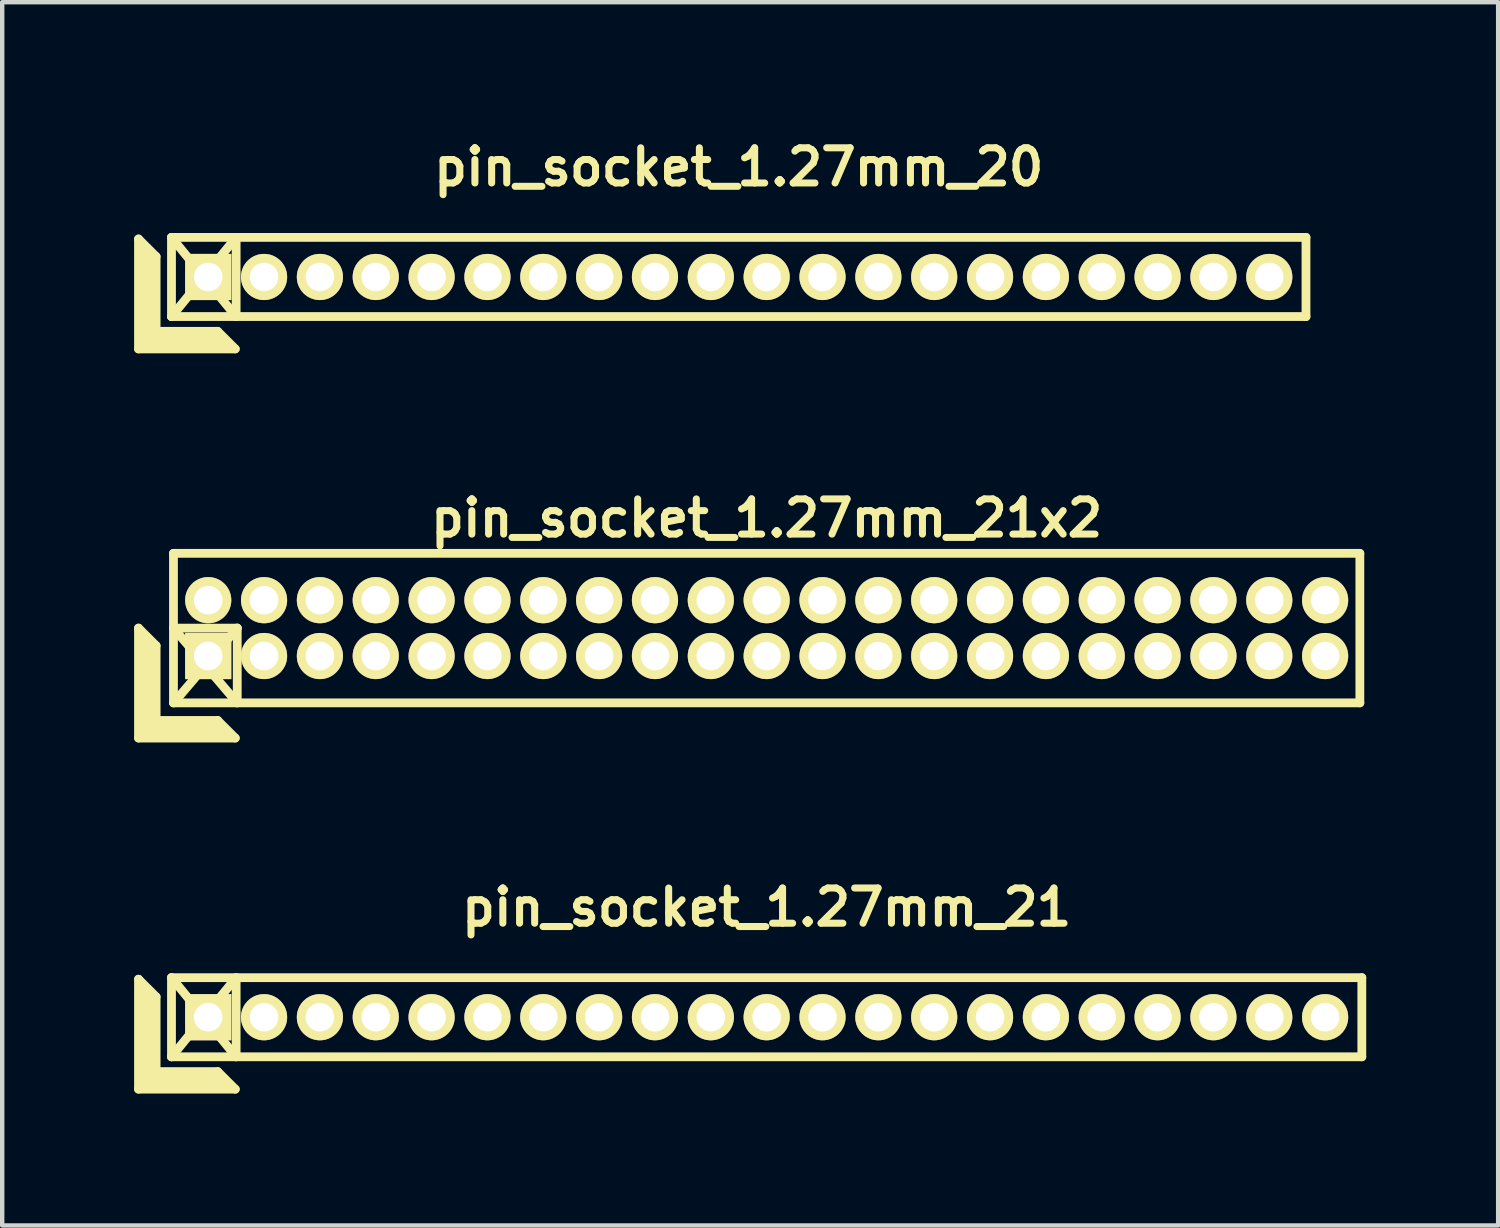
<source format=kicad_pcb>
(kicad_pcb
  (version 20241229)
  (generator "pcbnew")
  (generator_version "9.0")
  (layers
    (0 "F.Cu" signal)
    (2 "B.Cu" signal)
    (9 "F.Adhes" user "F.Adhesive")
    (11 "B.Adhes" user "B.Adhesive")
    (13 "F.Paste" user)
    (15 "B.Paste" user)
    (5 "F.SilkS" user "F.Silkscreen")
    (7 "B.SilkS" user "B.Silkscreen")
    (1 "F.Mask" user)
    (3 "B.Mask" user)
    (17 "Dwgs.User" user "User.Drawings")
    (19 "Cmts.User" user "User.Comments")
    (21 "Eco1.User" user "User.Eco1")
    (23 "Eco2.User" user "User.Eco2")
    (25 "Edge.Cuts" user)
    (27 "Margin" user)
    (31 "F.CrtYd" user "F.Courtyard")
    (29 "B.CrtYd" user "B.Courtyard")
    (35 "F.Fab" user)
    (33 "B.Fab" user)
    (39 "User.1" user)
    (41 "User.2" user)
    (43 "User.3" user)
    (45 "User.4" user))
  (footprint "pin_socket_1.27mm_21x2"
    (layer "F.Cu")
    (at 14.385 11.234)
    (property "Reference" "pin_socket_1.27mm_21x2" (at 0 -2.5 0) (layer "F.SilkS") (effects (font (size 0.8 0.8) (thickness 0.16))))
    (attr through_hole)
    (fp_line (start -14.285 0) (end -14.285 2.5) (stroke (width 0.2) (type solid)) (layer "F.SilkS"))
    (fp_line (start -14.285 0) (end -13.885 0.4) (stroke (width 0.2) (type solid)) (layer "F.SilkS"))
    (fp_line (start -14.285 2.5) (end -12.085 2.5) (stroke (width 0.2) (type solid)) (layer "F.SilkS"))
    (fp_line (start -14.185 2.4) (end -14.185 0.2) (stroke (width 0.2) (type solid)) (layer "F.SilkS"))
    (fp_line (start -14.185 2.4) (end -12.285 2.4) (stroke (width 0.2) (type solid)) (layer "F.SilkS"))
    (fp_line (start -14.085 2.3) (end -14.085 0.3) (stroke (width 0.2) (type solid)) (layer "F.SilkS"))
    (fp_line (start -14.085 2.3) (end -12.385 2.3) (stroke (width 0.2) (type solid)) (layer "F.SilkS"))
    (fp_line (start -13.985 2.2) (end -13.985 0.4) (stroke (width 0.2) (type solid)) (layer "F.SilkS"))
    (fp_line (start -13.985 2.2) (end -12.485 2.2) (stroke (width 0.2) (type solid)) (layer "F.SilkS"))
    (fp_line (start -13.885 2.1) (end -13.885 0.4) (stroke (width 0.2) (type solid)) (layer "F.SilkS"))
    (fp_line (start -13.885 2.1) (end -12.485 2.1) (stroke (width 0.2) (type solid)) (layer "F.SilkS"))
    (fp_line (start -13.49 -1.7) (end 13.49 -1.7) (stroke (width 0.2) (type solid)) (layer "F.SilkS"))
    (fp_line (start -13.49 0) (end -12.04 0) (stroke (width 0.2) (type solid)) (layer "F.SilkS"))
    (fp_line (start -13.49 0) (end -12.04 1.7) (stroke (width 0.2) (type solid)) (layer "F.SilkS"))
    (fp_line (start -13.49 1.7) (end -13.49 -1.7) (stroke (width 0.2) (type solid)) (layer "F.SilkS"))
    (fp_line (start -12.485 2.1) (end -12.085 2.5) (stroke (width 0.2) (type solid)) (layer "F.SilkS"))
    (fp_line (start -12.04 0) (end -13.485 1.7) (stroke (width 0.2) (type solid)) (layer "F.SilkS"))
    (fp_line (start -12.04 0) (end -12.04 1.7) (stroke (width 0.2) (type solid)) (layer "F.SilkS"))
    (fp_line (start 13.49 -1.7) (end 13.49 1.7) (stroke (width 0.2) (type solid)) (layer "F.SilkS"))
    (fp_line (start 13.49 1.7) (end -13.49 1.7) (stroke (width 0.2) (type solid)) (layer "F.SilkS"))
    (pad "1" thru_hole rect (at -12.7 0.635) (size 1.05 1.05) (drill 0.65) (layers "*.Cu" "*.Mask" "F.SilkS"))
    (pad "2" thru_hole oval (at -12.7 -0.635) (size 1.05 1.05) (drill 0.65) (layers "*.Cu" "*.Mask" "F.SilkS"))
    (pad "3" thru_hole oval (at -11.43 0.635) (size 1.05 1.05) (drill 0.65) (layers "*.Cu" "*.Mask" "F.SilkS"))
    (pad "4" thru_hole oval (at -11.43 -0.635) (size 1.05 1.05) (drill 0.65) (layers "*.Cu" "*.Mask" "F.SilkS"))
    (pad "5" thru_hole oval (at -10.16 0.635) (size 1.05 1.05) (drill 0.65) (layers "*.Cu" "*.Mask" "F.SilkS"))
    (pad "6" thru_hole oval (at -10.16 -0.635) (size 1.05 1.05) (drill 0.65) (layers "*.Cu" "*.Mask" "F.SilkS"))
    (pad "7" thru_hole oval (at -8.89 0.635) (size 1.05 1.05) (drill 0.65) (layers "*.Cu" "*.Mask" "F.SilkS"))
    (pad "8" thru_hole oval (at -8.89 -0.635) (size 1.05 1.05) (drill 0.65) (layers "*.Cu" "*.Mask" "F.SilkS"))
    (pad "9" thru_hole oval (at -7.62 0.635) (size 1.05 1.05) (drill 0.65) (layers "*.Cu" "*.Mask" "F.SilkS"))
    (pad "10" thru_hole oval (at -7.62 -0.635) (size 1.05 1.05) (drill 0.65) (layers "*.Cu" "*.Mask" "F.SilkS"))
    (pad "11" thru_hole oval (at -6.35 0.635) (size 1.05 1.05) (drill 0.65) (layers "*.Cu" "*.Mask" "F.SilkS"))
    (pad "12" thru_hole oval (at -6.35 -0.635) (size 1.05 1.05) (drill 0.65) (layers "*.Cu" "*.Mask" "F.SilkS"))
    (pad "13" thru_hole oval (at -5.08 0.635) (size 1.05 1.05) (drill 0.65) (layers "*.Cu" "*.Mask" "F.SilkS"))
    (pad "14" thru_hole oval (at -5.08 -0.635) (size 1.05 1.05) (drill 0.65) (layers "*.Cu" "*.Mask" "F.SilkS"))
    (pad "15" thru_hole oval (at -3.81 0.635) (size 1.05 1.05) (drill 0.65) (layers "*.Cu" "*.Mask" "F.SilkS"))
    (pad "16" thru_hole oval (at -3.81 -0.635) (size 1.05 1.05) (drill 0.65) (layers "*.Cu" "*.Mask" "F.SilkS"))
    (pad "17" thru_hole oval (at -2.54 0.635) (size 1.05 1.05) (drill 0.65) (layers "*.Cu" "*.Mask" "F.SilkS"))
    (pad "18" thru_hole oval (at -2.54 -0.635) (size 1.05 1.05) (drill 0.65) (layers "*.Cu" "*.Mask" "F.SilkS"))
    (pad "19" thru_hole oval (at -1.27 0.635) (size 1.05 1.05) (drill 0.65) (layers "*.Cu" "*.Mask" "F.SilkS"))
    (pad "20" thru_hole oval (at -1.27 -0.635) (size 1.05 1.05) (drill 0.65) (layers "*.Cu" "*.Mask" "F.SilkS"))
    (pad "21" thru_hole oval (at 0 0.635) (size 1.05 1.05) (drill 0.65) (layers "*.Cu" "*.Mask" "F.SilkS"))
    (pad "22" thru_hole oval (at 0 -0.635) (size 1.05 1.05) (drill 0.65) (layers "*.Cu" "*.Mask" "F.SilkS"))
    (pad "23" thru_hole oval (at 1.27 0.635) (size 1.05 1.05) (drill 0.65) (layers "*.Cu" "*.Mask" "F.SilkS"))
    (pad "24" thru_hole oval (at 1.27 -0.635) (size 1.05 1.05) (drill 0.65) (layers "*.Cu" "*.Mask" "F.SilkS"))
    (pad "25" thru_hole oval (at 2.54 0.635) (size 1.05 1.05) (drill 0.65) (layers "*.Cu" "*.Mask" "F.SilkS"))
    (pad "26" thru_hole oval (at 2.54 -0.635) (size 1.05 1.05) (drill 0.65) (layers "*.Cu" "*.Mask" "F.SilkS"))
    (pad "27" thru_hole oval (at 3.81 0.635) (size 1.05 1.05) (drill 0.65) (layers "*.Cu" "*.Mask" "F.SilkS"))
    (pad "28" thru_hole oval (at 3.81 -0.635) (size 1.05 1.05) (drill 0.65) (layers "*.Cu" "*.Mask" "F.SilkS"))
    (pad "29" thru_hole oval (at 5.08 0.635) (size 1.05 1.05) (drill 0.65) (layers "*.Cu" "*.Mask" "F.SilkS"))
    (pad "30" thru_hole oval (at 5.08 -0.635) (size 1.05 1.05) (drill 0.65) (layers "*.Cu" "*.Mask" "F.SilkS"))
    (pad "31" thru_hole oval (at 6.35 0.635) (size 1.05 1.05) (drill 0.65) (layers "*.Cu" "*.Mask" "F.SilkS"))
    (pad "32" thru_hole oval (at 6.35 -0.635) (size 1.05 1.05) (drill 0.65) (layers "*.Cu" "*.Mask" "F.SilkS"))
    (pad "33" thru_hole oval (at 7.62 0.635) (size 1.05 1.05) (drill 0.65) (layers "*.Cu" "*.Mask" "F.SilkS"))
    (pad "34" thru_hole oval (at 7.62 -0.635) (size 1.05 1.05) (drill 0.65) (layers "*.Cu" "*.Mask" "F.SilkS"))
    (pad "35" thru_hole oval (at 8.89 0.635) (size 1.05 1.05) (drill 0.65) (layers "*.Cu" "*.Mask" "F.SilkS"))
    (pad "36" thru_hole oval (at 8.89 -0.635) (size 1.05 1.05) (drill 0.65) (layers "*.Cu" "*.Mask" "F.SilkS"))
    (pad "37" thru_hole oval (at 10.16 0.635) (size 1.05 1.05) (drill 0.65) (layers "*.Cu" "*.Mask" "F.SilkS"))
    (pad "38" thru_hole oval (at 10.16 -0.635) (size 1.05 1.05) (drill 0.65) (layers "*.Cu" "*.Mask" "F.SilkS"))
    (pad "39" thru_hole oval (at 11.43 0.635) (size 1.05 1.05) (drill 0.65) (layers "*.Cu" "*.Mask" "F.SilkS"))
    (pad "40" thru_hole oval (at 11.43 -0.635) (size 1.05 1.05) (drill 0.65) (layers "*.Cu" "*.Mask" "F.SilkS"))
    (pad "41" thru_hole oval (at 12.7 0.635) (size 1.05 1.05) (drill 0.65) (layers "*.Cu" "*.Mask" "F.SilkS"))
    (pad "42" thru_hole oval (at 12.7 -0.635) (size 1.05 1.05) (drill 0.65) (layers "*.Cu" "*.Mask" "F.SilkS")))
  (footprint "pin_socket_1.27mm_21"
    (layer "F.Cu")
    (at 14.385 20.083)
    (property "Reference" "pin_socket_1.27mm_21" (at 0 -2.5 0) (layer "F.SilkS") (effects (font (size 0.8 0.8) (thickness 0.16))))
    (attr through_hole)
    (fp_line (start -14.285 -0.864) (end -14.285 1.636) (stroke (width 0.2) (type solid)) (layer "F.SilkS"))
    (fp_line (start -14.285 -0.864) (end -13.885 -0.464) (stroke (width 0.2) (type solid)) (layer "F.SilkS"))
    (fp_line (start -14.285 1.636) (end -12.085 1.636) (stroke (width 0.2) (type solid)) (layer "F.SilkS"))
    (fp_line (start -14.185 1.536) (end -14.185 -0.664) (stroke (width 0.2) (type solid)) (layer "F.SilkS"))
    (fp_line (start -14.185 1.536) (end -12.285 1.536) (stroke (width 0.2) (type solid)) (layer "F.SilkS"))
    (fp_line (start -14.085 1.436) (end -14.085 -0.564) (stroke (width 0.2) (type solid)) (layer "F.SilkS"))
    (fp_line (start -14.085 1.436) (end -12.385 1.436) (stroke (width 0.2) (type solid)) (layer "F.SilkS"))
    (fp_line (start -13.985 1.336) (end -13.985 -0.464) (stroke (width 0.2) (type solid)) (layer "F.SilkS"))
    (fp_line (start -13.985 1.336) (end -12.485 1.336) (stroke (width 0.2) (type solid)) (layer "F.SilkS"))
    (fp_line (start -13.885 1.236) (end -13.885 -0.464) (stroke (width 0.2) (type solid)) (layer "F.SilkS"))
    (fp_line (start -13.885 1.236) (end -12.485 1.236) (stroke (width 0.2) (type solid)) (layer "F.SilkS"))
    (fp_line (start -13.535 -0.9) (end -12.065 0.9) (stroke (width 0.2) (type solid)) (layer "F.SilkS"))
    (fp_line (start -13.535 -0.9) (end 13.535 -0.9) (stroke (width 0.2) (type solid)) (layer "F.SilkS"))
    (fp_line (start -13.535 0.9) (end -13.535 -0.9) (stroke (width 0.2) (type solid)) (layer "F.SilkS"))
    (fp_line (start -13.535 0.9) (end -12.065 -0.9) (stroke (width 0.2) (type solid)) (layer "F.SilkS"))
    (fp_line (start -12.485 1.236) (end -12.085 1.636) (stroke (width 0.2) (type solid)) (layer "F.SilkS"))
    (fp_line (start -12.065 -0.9) (end -12.065 0.9) (stroke (width 0.2) (type solid)) (layer "F.SilkS"))
    (fp_line (start 13.535 -0.9) (end 13.535 0.9) (stroke (width 0.2) (type solid)) (layer "F.SilkS"))
    (fp_line (start 13.535 0.9) (end -13.535 0.9) (stroke (width 0.2) (type solid)) (layer "F.SilkS"))
    (pad "1" thru_hole rect (at -12.7 0) (size 1.05 1.05) (drill 0.65) (layers "*.Cu" "*.Mask" "F.SilkS"))
    (pad "2" thru_hole oval (at -11.43 0) (size 1.05 1.05) (drill 0.65) (layers "*.Cu" "*.Mask" "F.SilkS"))
    (pad "3" thru_hole oval (at -10.16 0) (size 1.05 1.05) (drill 0.65) (layers "*.Cu" "*.Mask" "F.SilkS"))
    (pad "4" thru_hole oval (at -8.89 0) (size 1.05 1.05) (drill 0.65) (layers "*.Cu" "*.Mask" "F.SilkS"))
    (pad "5" thru_hole oval (at -7.62 0) (size 1.05 1.05) (drill 0.65) (layers "*.Cu" "*.Mask" "F.SilkS"))
    (pad "6" thru_hole oval (at -6.35 0) (size 1.05 1.05) (drill 0.65) (layers "*.Cu" "*.Mask" "F.SilkS"))
    (pad "7" thru_hole oval (at -5.08 0) (size 1.05 1.05) (drill 0.65) (layers "*.Cu" "*.Mask" "F.SilkS"))
    (pad "8" thru_hole oval (at -3.81 0) (size 1.05 1.05) (drill 0.65) (layers "*.Cu" "*.Mask" "F.SilkS"))
    (pad "9" thru_hole oval (at -2.54 0) (size 1.05 1.05) (drill 0.65) (layers "*.Cu" "*.Mask" "F.SilkS"))
    (pad "10" thru_hole oval (at -1.27 0) (size 1.05 1.05) (drill 0.65) (layers "*.Cu" "*.Mask" "F.SilkS"))
    (pad "11" thru_hole oval (at 0 0) (size 1.05 1.05) (drill 0.65) (layers "*.Cu" "*.Mask" "F.SilkS"))
    (pad "12" thru_hole oval (at 1.27 0) (size 1.05 1.05) (drill 0.65) (layers "*.Cu" "*.Mask" "F.SilkS"))
    (pad "13" thru_hole oval (at 2.54 0) (size 1.05 1.05) (drill 0.65) (layers "*.Cu" "*.Mask" "F.SilkS"))
    (pad "14" thru_hole oval (at 3.81 0) (size 1.05 1.05) (drill 0.65) (layers "*.Cu" "*.Mask" "F.SilkS"))
    (pad "15" thru_hole oval (at 5.08 0) (size 1.05 1.05) (drill 0.65) (layers "*.Cu" "*.Mask" "F.SilkS"))
    (pad "16" thru_hole oval (at 6.35 0) (size 1.05 1.05) (drill 0.65) (layers "*.Cu" "*.Mask" "F.SilkS"))
    (pad "17" thru_hole oval (at 7.62 0) (size 1.05 1.05) (drill 0.65) (layers "*.Cu" "*.Mask" "F.SilkS"))
    (pad "18" thru_hole oval (at 8.89 0) (size 1.05 1.05) (drill 0.65) (layers "*.Cu" "*.Mask" "F.SilkS"))
    (pad "19" thru_hole oval (at 10.16 0) (size 1.05 1.05) (drill 0.65) (layers "*.Cu" "*.Mask" "F.SilkS"))
    (pad "20" thru_hole oval (at 11.43 0) (size 1.05 1.05) (drill 0.65) (layers "*.Cu" "*.Mask" "F.SilkS"))
    (pad "21" thru_hole oval (at 12.7 0) (size 1.05 1.05) (drill 0.65) (layers "*.Cu" "*.Mask" "F.SilkS")))
  (footprint "pin_socket_1.27mm_20"
    (layer "F.Cu")
    (at 13.75 3.249)
    (property "Reference" "pin_socket_1.27mm_20" (at 0 -2.5 0) (layer "F.SilkS") (effects (font (size 0.8 0.8) (thickness 0.16))))
    (attr through_hole)
    (fp_line (start -13.65 -0.864) (end -13.65 1.636) (stroke (width 0.2) (type solid)) (layer "F.SilkS"))
    (fp_line (start -13.65 -0.864) (end -13.25 -0.464) (stroke (width 0.2) (type solid)) (layer "F.SilkS"))
    (fp_line (start -13.65 1.636) (end -11.45 1.636) (stroke (width 0.2) (type solid)) (layer "F.SilkS"))
    (fp_line (start -13.55 1.536) (end -13.55 -0.664) (stroke (width 0.2) (type solid)) (layer "F.SilkS"))
    (fp_line (start -13.55 1.536) (end -11.65 1.536) (stroke (width 0.2) (type solid)) (layer "F.SilkS"))
    (fp_line (start -13.45 1.436) (end -13.45 -0.564) (stroke (width 0.2) (type solid)) (layer "F.SilkS"))
    (fp_line (start -13.45 1.436) (end -11.75 1.436) (stroke (width 0.2) (type solid)) (layer "F.SilkS"))
    (fp_line (start -13.35 1.336) (end -13.35 -0.464) (stroke (width 0.2) (type solid)) (layer "F.SilkS"))
    (fp_line (start -13.35 1.336) (end -11.85 1.336) (stroke (width 0.2) (type solid)) (layer "F.SilkS"))
    (fp_line (start -13.25 1.236) (end -13.25 -0.464) (stroke (width 0.2) (type solid)) (layer "F.SilkS"))
    (fp_line (start -13.25 1.236) (end -11.85 1.236) (stroke (width 0.2) (type solid)) (layer "F.SilkS"))
    (fp_line (start -12.9 -0.9) (end -11.43 0.9) (stroke (width 0.2) (type solid)) (layer "F.SilkS"))
    (fp_line (start -12.9 -0.9) (end 12.9 -0.9) (stroke (width 0.2) (type solid)) (layer "F.SilkS"))
    (fp_line (start -12.9 0.9) (end -12.9 -0.9) (stroke (width 0.2) (type solid)) (layer "F.SilkS"))
    (fp_line (start -12.9 0.9) (end -11.43 -0.9) (stroke (width 0.2) (type solid)) (layer "F.SilkS"))
    (fp_line (start -11.85 1.236) (end -11.45 1.636) (stroke (width 0.2) (type solid)) (layer "F.SilkS"))
    (fp_line (start -11.43 -0.9) (end -11.43 0.9) (stroke (width 0.2) (type solid)) (layer "F.SilkS"))
    (fp_line (start 12.9 -0.9) (end 12.9 0.9) (stroke (width 0.2) (type solid)) (layer "F.SilkS"))
    (fp_line (start 12.9 0.9) (end -12.9 0.9) (stroke (width 0.2) (type solid)) (layer "F.SilkS"))
    (pad "1" thru_hole rect (at -12.065 0) (size 1.05 1.05) (drill 0.65) (layers "*.Cu" "*.Mask" "F.SilkS"))
    (pad "2" thru_hole oval (at -10.795 0) (size 1.05 1.05) (drill 0.65) (layers "*.Cu" "*.Mask" "F.SilkS"))
    (pad "3" thru_hole oval (at -9.525 0) (size 1.05 1.05) (drill 0.65) (layers "*.Cu" "*.Mask" "F.SilkS"))
    (pad "4" thru_hole oval (at -8.255 0) (size 1.05 1.05) (drill 0.65) (layers "*.Cu" "*.Mask" "F.SilkS"))
    (pad "5" thru_hole oval (at -6.985 0) (size 1.05 1.05) (drill 0.65) (layers "*.Cu" "*.Mask" "F.SilkS"))
    (pad "6" thru_hole oval (at -5.715 0) (size 1.05 1.05) (drill 0.65) (layers "*.Cu" "*.Mask" "F.SilkS"))
    (pad "7" thru_hole oval (at -4.445 0) (size 1.05 1.05) (drill 0.65) (layers "*.Cu" "*.Mask" "F.SilkS"))
    (pad "8" thru_hole oval (at -3.175 0) (size 1.05 1.05) (drill 0.65) (layers "*.Cu" "*.Mask" "F.SilkS"))
    (pad "9" thru_hole oval (at -1.905 0) (size 1.05 1.05) (drill 0.65) (layers "*.Cu" "*.Mask" "F.SilkS"))
    (pad "10" thru_hole oval (at -0.635 0) (size 1.05 1.05) (drill 0.65) (layers "*.Cu" "*.Mask" "F.SilkS"))
    (pad "11" thru_hole oval (at 0.635 0) (size 1.05 1.05) (drill 0.65) (layers "*.Cu" "*.Mask" "F.SilkS"))
    (pad "12" thru_hole oval (at 1.905 0) (size 1.05 1.05) (drill 0.65) (layers "*.Cu" "*.Mask" "F.SilkS"))
    (pad "13" thru_hole oval (at 3.175 0) (size 1.05 1.05) (drill 0.65) (layers "*.Cu" "*.Mask" "F.SilkS"))
    (pad "14" thru_hole oval (at 4.445 0) (size 1.05 1.05) (drill 0.65) (layers "*.Cu" "*.Mask" "F.SilkS"))
    (pad "15" thru_hole oval (at 5.715 0) (size 1.05 1.05) (drill 0.65) (layers "*.Cu" "*.Mask" "F.SilkS"))
    (pad "16" thru_hole oval (at 6.985 0) (size 1.05 1.05) (drill 0.65) (layers "*.Cu" "*.Mask" "F.SilkS"))
    (pad "17" thru_hole oval (at 8.255 0) (size 1.05 1.05) (drill 0.65) (layers "*.Cu" "*.Mask" "F.SilkS"))
    (pad "18" thru_hole oval (at 9.525 0) (size 1.05 1.05) (drill 0.65) (layers "*.Cu" "*.Mask" "F.SilkS"))
    (pad "19" thru_hole oval (at 10.795 0) (size 1.05 1.05) (drill 0.65) (layers "*.Cu" "*.Mask" "F.SilkS"))
    (pad "20" thru_hole oval (at 12.065 0) (size 1.05 1.05) (drill 0.65) (layers "*.Cu" "*.Mask" "F.SilkS")))
  (gr_rect
    (start -3 -3)
    (end 31.02 24.819)
    (stroke (width 0.1) (type default))
    (fill no)
    (layer "Edge.Cuts")))
</source>
